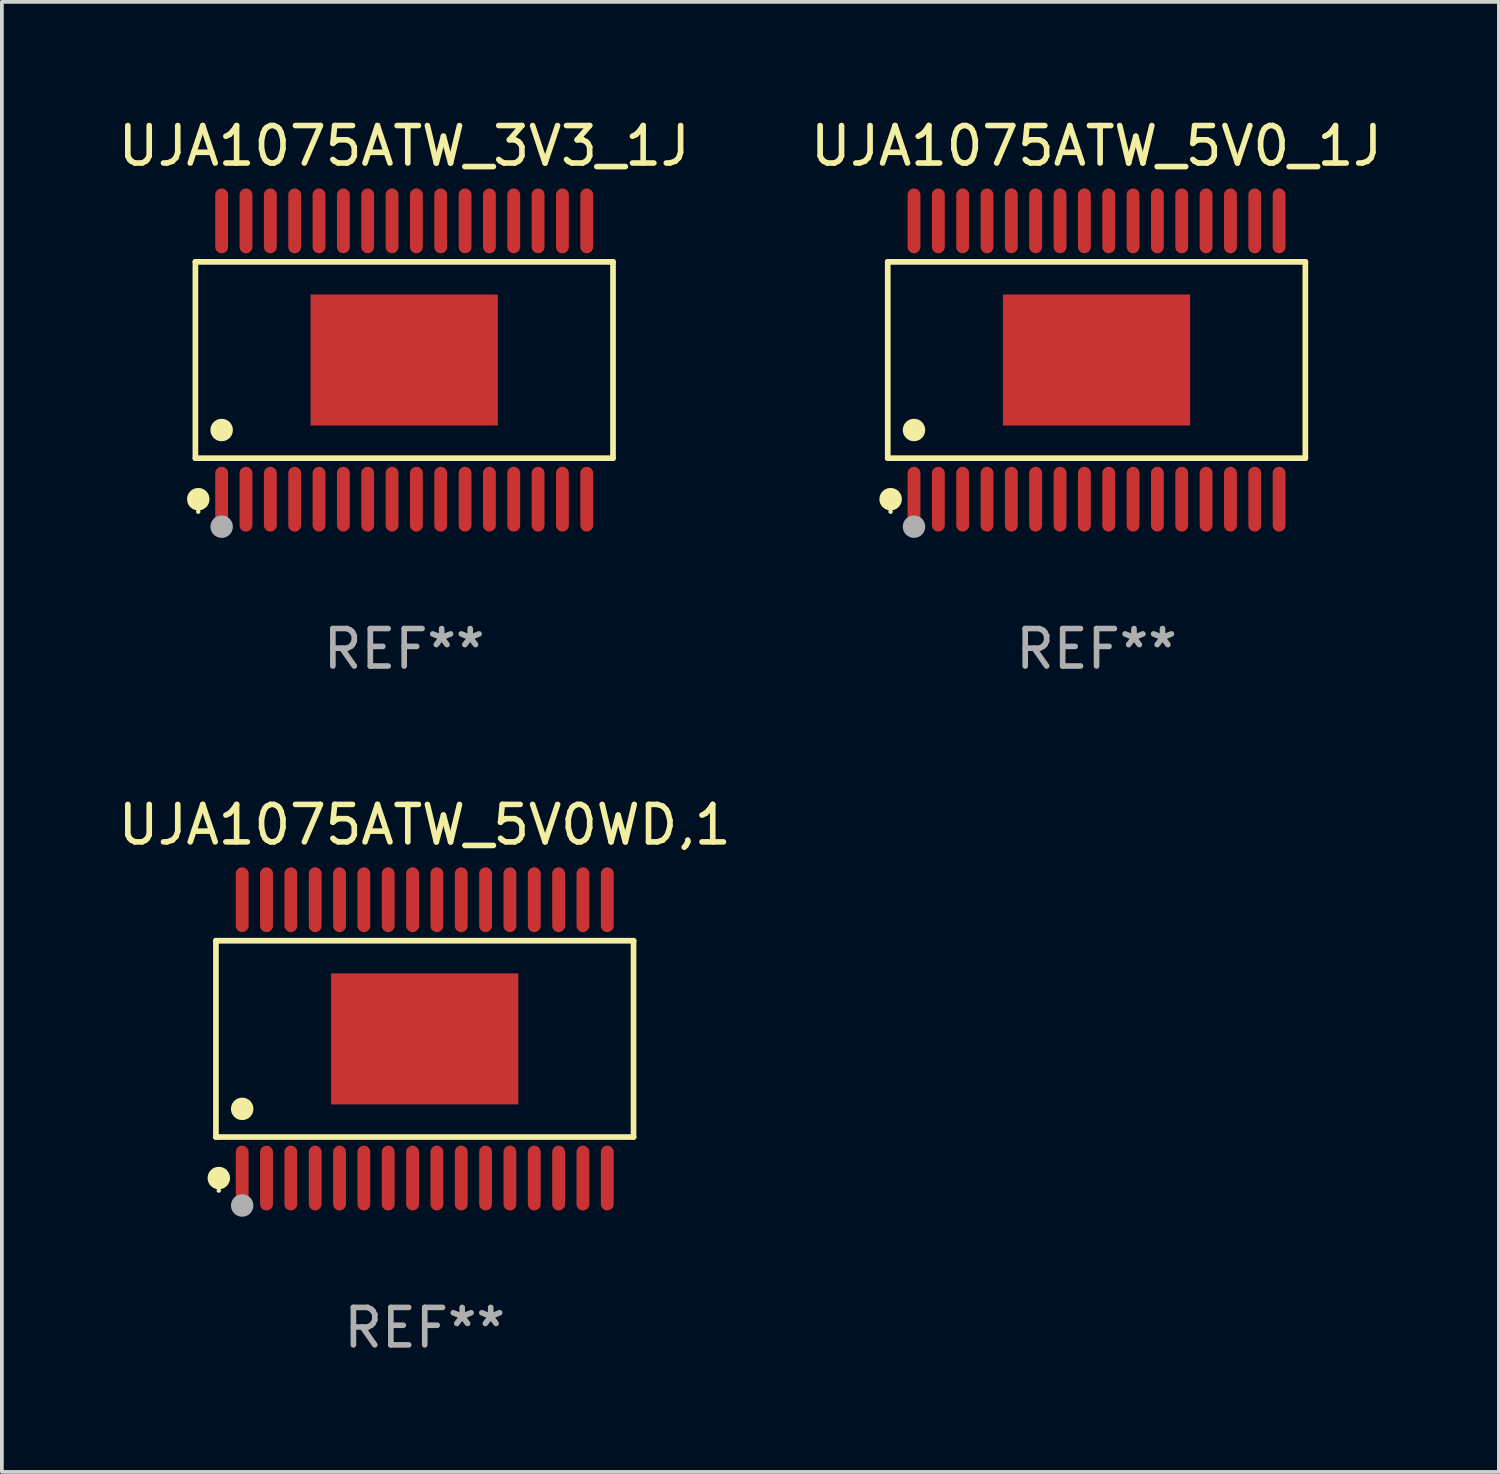
<source format=kicad_pcb>
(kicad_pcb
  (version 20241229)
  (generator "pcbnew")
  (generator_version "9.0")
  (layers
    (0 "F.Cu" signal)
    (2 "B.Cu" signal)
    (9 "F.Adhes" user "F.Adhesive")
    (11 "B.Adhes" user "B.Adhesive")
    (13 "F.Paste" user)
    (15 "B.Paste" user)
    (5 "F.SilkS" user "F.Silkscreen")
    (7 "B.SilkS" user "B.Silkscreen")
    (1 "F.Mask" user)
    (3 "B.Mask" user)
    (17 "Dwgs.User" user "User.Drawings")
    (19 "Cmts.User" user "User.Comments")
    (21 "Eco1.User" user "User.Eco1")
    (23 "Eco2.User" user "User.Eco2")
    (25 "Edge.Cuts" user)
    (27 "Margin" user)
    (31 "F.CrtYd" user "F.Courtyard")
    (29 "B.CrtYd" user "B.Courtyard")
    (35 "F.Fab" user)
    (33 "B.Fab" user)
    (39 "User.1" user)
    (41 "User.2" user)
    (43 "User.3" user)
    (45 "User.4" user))
  (footprint "UJA1075ATW_5V0_1J"
    (layer "F.Cu")
    (at 26.232 6.564)
    (property "Reference" "UJA1075ATW_5V0_1J" (at 0 -5.716 0) (layer "F.SilkS") (effects (font (size 1 1) (thickness 0.15))))
    (attr through_hole)
    (fp_line (start -5.576 -2.621) (end 5.576 -2.621) (stroke (width 0.152) (type solid)) (layer "F.SilkS"))
    (fp_line (start -5.576 2.621) (end -5.576 -2.621) (stroke (width 0.152) (type solid)) (layer "F.SilkS"))
    (fp_line (start 5.576 -2.621) (end 5.576 2.621) (stroke (width 0.152) (type solid)) (layer "F.SilkS"))
    (fp_line (start 5.576 2.621) (end -5.576 2.621) (stroke (width 0.152) (type solid)) (layer "F.SilkS"))
    (fp_circle (center -5.5 4.05) (end -5.47 4.05) (stroke (width 0.06) (type solid)) (fill no) (layer "F.SilkS"))
    (fp_circle (center -5.499 3.716) (end -5.349 3.716) (stroke (width 0.3) (type solid)) (fill no) (layer "F.SilkS"))
    (fp_circle (center -4.875 1.869) (end -4.725 1.869) (stroke (width 0.3) (type solid)) (fill no) (layer "F.SilkS"))
    (fp_circle (center -4.875 4.45) (end -4.725 4.45) (stroke (width 0.3) (type solid)) (fill no) (layer "F.Fab"))
    (fp_text user "REF**" (at 0 7.716 0) (layer "F.Fab") (effects (font (size 1 1) (thickness 0.15))))
    (pad "1" smd oval (at -4.875 3.716) (size 0.343 1.731) (layers "F.Cu" "F.Mask" "F.Paste"))
    (pad "2" smd oval (at -4.225 3.716) (size 0.343 1.731) (layers "F.Cu" "F.Mask" "F.Paste"))
    (pad "3" smd oval (at -3.575 3.716) (size 0.343 1.731) (layers "F.Cu" "F.Mask" "F.Paste"))
    (pad "4" smd oval (at -2.925 3.716) (size 0.343 1.731) (layers "F.Cu" "F.Mask" "F.Paste"))
    (pad "5" smd oval (at -2.275 3.716) (size 0.343 1.731) (layers "F.Cu" "F.Mask" "F.Paste"))
    (pad "6" smd oval (at -1.625 3.716) (size 0.343 1.731) (layers "F.Cu" "F.Mask" "F.Paste"))
    (pad "7" smd oval (at -0.975 3.716) (size 0.343 1.731) (layers "F.Cu" "F.Mask" "F.Paste"))
    (pad "8" smd oval (at -0.325 3.716) (size 0.343 1.731) (layers "F.Cu" "F.Mask" "F.Paste"))
    (pad "9" smd oval (at 0.325 3.716) (size 0.343 1.731) (layers "F.Cu" "F.Mask" "F.Paste"))
    (pad "10" smd oval (at 0.975 3.716) (size 0.343 1.731) (layers "F.Cu" "F.Mask" "F.Paste"))
    (pad "11" smd oval (at 1.625 3.716) (size 0.343 1.731) (layers "F.Cu" "F.Mask" "F.Paste"))
    (pad "12" smd oval (at 2.275 3.716) (size 0.343 1.731) (layers "F.Cu" "F.Mask" "F.Paste"))
    (pad "13" smd oval (at 2.925 3.716) (size 0.343 1.731) (layers "F.Cu" "F.Mask" "F.Paste"))
    (pad "14" smd oval (at 3.575 3.716) (size 0.343 1.731) (layers "F.Cu" "F.Mask" "F.Paste"))
    (pad "15" smd oval (at 4.225 3.716) (size 0.343 1.731) (layers "F.Cu" "F.Mask" "F.Paste"))
    (pad "16" smd oval (at 4.875 3.716) (size 0.343 1.731) (layers "F.Cu" "F.Mask" "F.Paste"))
    (pad "17" smd oval (at 4.875 -3.716) (size 0.343 1.731) (layers "F.Cu" "F.Mask" "F.Paste"))
    (pad "18" smd oval (at 4.225 -3.716) (size 0.343 1.731) (layers "F.Cu" "F.Mask" "F.Paste"))
    (pad "19" smd oval (at 3.575 -3.716) (size 0.343 1.731) (layers "F.Cu" "F.Mask" "F.Paste"))
    (pad "20" smd oval (at 2.925 -3.716) (size 0.343 1.731) (layers "F.Cu" "F.Mask" "F.Paste"))
    (pad "21" smd oval (at 2.275 -3.716) (size 0.343 1.731) (layers "F.Cu" "F.Mask" "F.Paste"))
    (pad "22" smd oval (at 1.625 -3.716) (size 0.343 1.731) (layers "F.Cu" "F.Mask" "F.Paste"))
    (pad "23" smd oval (at 0.975 -3.716) (size 0.343 1.731) (layers "F.Cu" "F.Mask" "F.Paste"))
    (pad "24" smd oval (at 0.325 -3.716) (size 0.343 1.731) (layers "F.Cu" "F.Mask" "F.Paste"))
    (pad "25" smd oval (at -0.325 -3.716) (size 0.343 1.731) (layers "F.Cu" "F.Mask" "F.Paste"))
    (pad "26" smd oval (at -0.975 -3.716) (size 0.343 1.731) (layers "F.Cu" "F.Mask" "F.Paste"))
    (pad "27" smd oval (at -1.625 -3.716) (size 0.343 1.731) (layers "F.Cu" "F.Mask" "F.Paste"))
    (pad "28" smd oval (at -2.275 -3.716) (size 0.343 1.731) (layers "F.Cu" "F.Mask" "F.Paste"))
    (pad "29" smd oval (at -2.925 -3.716) (size 0.343 1.731) (layers "F.Cu" "F.Mask" "F.Paste"))
    (pad "30" smd oval (at -3.575 -3.716) (size 0.343 1.731) (layers "F.Cu" "F.Mask" "F.Paste"))
    (pad "31" smd oval (at -4.225 -3.716) (size 0.343 1.731) (layers "F.Cu" "F.Mask" "F.Paste"))
    (pad "32" smd oval (at -4.875 -3.716) (size 0.343 1.731) (layers "F.Cu" "F.Mask" "F.Paste"))
    (pad "33" smd rect (at 0 0) (size 5 3.5) (layers "F.Cu" "F.Mask" "F.Paste")))
  (footprint "UJA1075ATW_3V3_1J"
    (layer "F.Cu")
    (at 7.744 6.564)
    (property "Reference" "UJA1075ATW_3V3_1J" (at 0 -5.716 0) (layer "F.SilkS") (effects (font (size 1 1) (thickness 0.15))))
    (attr through_hole)
    (fp_line (start -5.576 -2.621) (end 5.576 -2.621) (stroke (width 0.152) (type solid)) (layer "F.SilkS"))
    (fp_line (start -5.576 2.621) (end -5.576 -2.621) (stroke (width 0.152) (type solid)) (layer "F.SilkS"))
    (fp_line (start 5.576 -2.621) (end 5.576 2.621) (stroke (width 0.152) (type solid)) (layer "F.SilkS"))
    (fp_line (start 5.576 2.621) (end -5.576 2.621) (stroke (width 0.152) (type solid)) (layer "F.SilkS"))
    (fp_circle (center -5.5 4.05) (end -5.47 4.05) (stroke (width 0.06) (type solid)) (fill no) (layer "F.SilkS"))
    (fp_circle (center -5.499 3.716) (end -5.349 3.716) (stroke (width 0.3) (type solid)) (fill no) (layer "F.SilkS"))
    (fp_circle (center -4.875 1.869) (end -4.725 1.869) (stroke (width 0.3) (type solid)) (fill no) (layer "F.SilkS"))
    (fp_circle (center -4.875 4.45) (end -4.725 4.45) (stroke (width 0.3) (type solid)) (fill no) (layer "F.Fab"))
    (fp_text user "REF**" (at 0 7.716 0) (layer "F.Fab") (effects (font (size 1 1) (thickness 0.15))))
    (pad "1" smd oval (at -4.875 3.716) (size 0.343 1.731) (layers "F.Cu" "F.Mask" "F.Paste"))
    (pad "2" smd oval (at -4.225 3.716) (size 0.343 1.731) (layers "F.Cu" "F.Mask" "F.Paste"))
    (pad "3" smd oval (at -3.575 3.716) (size 0.343 1.731) (layers "F.Cu" "F.Mask" "F.Paste"))
    (pad "4" smd oval (at -2.925 3.716) (size 0.343 1.731) (layers "F.Cu" "F.Mask" "F.Paste"))
    (pad "5" smd oval (at -2.275 3.716) (size 0.343 1.731) (layers "F.Cu" "F.Mask" "F.Paste"))
    (pad "6" smd oval (at -1.625 3.716) (size 0.343 1.731) (layers "F.Cu" "F.Mask" "F.Paste"))
    (pad "7" smd oval (at -0.975 3.716) (size 0.343 1.731) (layers "F.Cu" "F.Mask" "F.Paste"))
    (pad "8" smd oval (at -0.325 3.716) (size 0.343 1.731) (layers "F.Cu" "F.Mask" "F.Paste"))
    (pad "9" smd oval (at 0.325 3.716) (size 0.343 1.731) (layers "F.Cu" "F.Mask" "F.Paste"))
    (pad "10" smd oval (at 0.975 3.716) (size 0.343 1.731) (layers "F.Cu" "F.Mask" "F.Paste"))
    (pad "11" smd oval (at 1.625 3.716) (size 0.343 1.731) (layers "F.Cu" "F.Mask" "F.Paste"))
    (pad "12" smd oval (at 2.275 3.716) (size 0.343 1.731) (layers "F.Cu" "F.Mask" "F.Paste"))
    (pad "13" smd oval (at 2.925 3.716) (size 0.343 1.731) (layers "F.Cu" "F.Mask" "F.Paste"))
    (pad "14" smd oval (at 3.575 3.716) (size 0.343 1.731) (layers "F.Cu" "F.Mask" "F.Paste"))
    (pad "15" smd oval (at 4.225 3.716) (size 0.343 1.731) (layers "F.Cu" "F.Mask" "F.Paste"))
    (pad "16" smd oval (at 4.875 3.716) (size 0.343 1.731) (layers "F.Cu" "F.Mask" "F.Paste"))
    (pad "17" smd oval (at 4.875 -3.716) (size 0.343 1.731) (layers "F.Cu" "F.Mask" "F.Paste"))
    (pad "18" smd oval (at 4.225 -3.716) (size 0.343 1.731) (layers "F.Cu" "F.Mask" "F.Paste"))
    (pad "19" smd oval (at 3.575 -3.716) (size 0.343 1.731) (layers "F.Cu" "F.Mask" "F.Paste"))
    (pad "20" smd oval (at 2.925 -3.716) (size 0.343 1.731) (layers "F.Cu" "F.Mask" "F.Paste"))
    (pad "21" smd oval (at 2.275 -3.716) (size 0.343 1.731) (layers "F.Cu" "F.Mask" "F.Paste"))
    (pad "22" smd oval (at 1.625 -3.716) (size 0.343 1.731) (layers "F.Cu" "F.Mask" "F.Paste"))
    (pad "23" smd oval (at 0.975 -3.716) (size 0.343 1.731) (layers "F.Cu" "F.Mask" "F.Paste"))
    (pad "24" smd oval (at 0.325 -3.716) (size 0.343 1.731) (layers "F.Cu" "F.Mask" "F.Paste"))
    (pad "25" smd oval (at -0.325 -3.716) (size 0.343 1.731) (layers "F.Cu" "F.Mask" "F.Paste"))
    (pad "26" smd oval (at -0.975 -3.716) (size 0.343 1.731) (layers "F.Cu" "F.Mask" "F.Paste"))
    (pad "27" smd oval (at -1.625 -3.716) (size 0.343 1.731) (layers "F.Cu" "F.Mask" "F.Paste"))
    (pad "28" smd oval (at -2.275 -3.716) (size 0.343 1.731) (layers "F.Cu" "F.Mask" "F.Paste"))
    (pad "29" smd oval (at -2.925 -3.716) (size 0.343 1.731) (layers "F.Cu" "F.Mask" "F.Paste"))
    (pad "30" smd oval (at -3.575 -3.716) (size 0.343 1.731) (layers "F.Cu" "F.Mask" "F.Paste"))
    (pad "31" smd oval (at -4.225 -3.716) (size 0.343 1.731) (layers "F.Cu" "F.Mask" "F.Paste"))
    (pad "32" smd oval (at -4.875 -3.716) (size 0.343 1.731) (layers "F.Cu" "F.Mask" "F.Paste"))
    (pad "33" smd rect (at 0 0) (size 5 3.5) (layers "F.Cu" "F.Mask" "F.Paste")))
  (footprint "UJA1075ATW_5V0WD,1"
    (layer "F.Cu")
    (at 8.292 24.692)
    (property "Reference" "UJA1075ATW_5V0WD,1" (at 0 -5.716 0) (layer "F.SilkS") (effects (font (size 1 1) (thickness 0.15))))
    (attr through_hole)
    (fp_line (start -5.576 -2.621) (end 5.576 -2.621) (stroke (width 0.152) (type solid)) (layer "F.SilkS"))
    (fp_line (start -5.576 2.621) (end -5.576 -2.621) (stroke (width 0.152) (type solid)) (layer "F.SilkS"))
    (fp_line (start 5.576 -2.621) (end 5.576 2.621) (stroke (width 0.152) (type solid)) (layer "F.SilkS"))
    (fp_line (start 5.576 2.621) (end -5.576 2.621) (stroke (width 0.152) (type solid)) (layer "F.SilkS"))
    (fp_circle (center -5.5 4.05) (end -5.47 4.05) (stroke (width 0.06) (type solid)) (fill no) (layer "F.SilkS"))
    (fp_circle (center -5.499 3.716) (end -5.349 3.716) (stroke (width 0.3) (type solid)) (fill no) (layer "F.SilkS"))
    (fp_circle (center -4.875 1.869) (end -4.725 1.869) (stroke (width 0.3) (type solid)) (fill no) (layer "F.SilkS"))
    (fp_circle (center -4.875 4.45) (end -4.725 4.45) (stroke (width 0.3) (type solid)) (fill no) (layer "F.Fab"))
    (fp_text user "REF**" (at 0 7.716 0) (layer "F.Fab") (effects (font (size 1 1) (thickness 0.15))))
    (pad "1" smd oval (at -4.875 3.716) (size 0.343 1.731) (layers "F.Cu" "F.Mask" "F.Paste"))
    (pad "2" smd oval (at -4.225 3.716) (size 0.343 1.731) (layers "F.Cu" "F.Mask" "F.Paste"))
    (pad "3" smd oval (at -3.575 3.716) (size 0.343 1.731) (layers "F.Cu" "F.Mask" "F.Paste"))
    (pad "4" smd oval (at -2.925 3.716) (size 0.343 1.731) (layers "F.Cu" "F.Mask" "F.Paste"))
    (pad "5" smd oval (at -2.275 3.716) (size 0.343 1.731) (layers "F.Cu" "F.Mask" "F.Paste"))
    (pad "6" smd oval (at -1.625 3.716) (size 0.343 1.731) (layers "F.Cu" "F.Mask" "F.Paste"))
    (pad "7" smd oval (at -0.975 3.716) (size 0.343 1.731) (layers "F.Cu" "F.Mask" "F.Paste"))
    (pad "8" smd oval (at -0.325 3.716) (size 0.343 1.731) (layers "F.Cu" "F.Mask" "F.Paste"))
    (pad "9" smd oval (at 0.325 3.716) (size 0.343 1.731) (layers "F.Cu" "F.Mask" "F.Paste"))
    (pad "10" smd oval (at 0.975 3.716) (size 0.343 1.731) (layers "F.Cu" "F.Mask" "F.Paste"))
    (pad "11" smd oval (at 1.625 3.716) (size 0.343 1.731) (layers "F.Cu" "F.Mask" "F.Paste"))
    (pad "12" smd oval (at 2.275 3.716) (size 0.343 1.731) (layers "F.Cu" "F.Mask" "F.Paste"))
    (pad "13" smd oval (at 2.925 3.716) (size 0.343 1.731) (layers "F.Cu" "F.Mask" "F.Paste"))
    (pad "14" smd oval (at 3.575 3.716) (size 0.343 1.731) (layers "F.Cu" "F.Mask" "F.Paste"))
    (pad "15" smd oval (at 4.225 3.716) (size 0.343 1.731) (layers "F.Cu" "F.Mask" "F.Paste"))
    (pad "16" smd oval (at 4.875 3.716) (size 0.343 1.731) (layers "F.Cu" "F.Mask" "F.Paste"))
    (pad "17" smd oval (at 4.875 -3.716) (size 0.343 1.731) (layers "F.Cu" "F.Mask" "F.Paste"))
    (pad "18" smd oval (at 4.225 -3.716) (size 0.343 1.731) (layers "F.Cu" "F.Mask" "F.Paste"))
    (pad "19" smd oval (at 3.575 -3.716) (size 0.343 1.731) (layers "F.Cu" "F.Mask" "F.Paste"))
    (pad "20" smd oval (at 2.925 -3.716) (size 0.343 1.731) (layers "F.Cu" "F.Mask" "F.Paste"))
    (pad "21" smd oval (at 2.275 -3.716) (size 0.343 1.731) (layers "F.Cu" "F.Mask" "F.Paste"))
    (pad "22" smd oval (at 1.625 -3.716) (size 0.343 1.731) (layers "F.Cu" "F.Mask" "F.Paste"))
    (pad "23" smd oval (at 0.975 -3.716) (size 0.343 1.731) (layers "F.Cu" "F.Mask" "F.Paste"))
    (pad "24" smd oval (at 0.325 -3.716) (size 0.343 1.731) (layers "F.Cu" "F.Mask" "F.Paste"))
    (pad "25" smd oval (at -0.325 -3.716) (size 0.343 1.731) (layers "F.Cu" "F.Mask" "F.Paste"))
    (pad "26" smd oval (at -0.975 -3.716) (size 0.343 1.731) (layers "F.Cu" "F.Mask" "F.Paste"))
    (pad "27" smd oval (at -1.625 -3.716) (size 0.343 1.731) (layers "F.Cu" "F.Mask" "F.Paste"))
    (pad "28" smd oval (at -2.275 -3.716) (size 0.343 1.731) (layers "F.Cu" "F.Mask" "F.Paste"))
    (pad "29" smd oval (at -2.925 -3.716) (size 0.343 1.731) (layers "F.Cu" "F.Mask" "F.Paste"))
    (pad "30" smd oval (at -3.575 -3.716) (size 0.343 1.731) (layers "F.Cu" "F.Mask" "F.Paste"))
    (pad "31" smd oval (at -4.225 -3.716) (size 0.343 1.731) (layers "F.Cu" "F.Mask" "F.Paste"))
    (pad "32" smd oval (at -4.875 -3.716) (size 0.343 1.731) (layers "F.Cu" "F.Mask" "F.Paste"))
    (pad "33" smd rect (at 0 0) (size 5 3.5) (layers "F.Cu" "F.Mask" "F.Paste")))
  (gr_rect
    (start -3 -3)
    (end 36.976 36.256)
    (stroke (width 0.1) (type default))
    (fill no)
    (layer "Edge.Cuts")))
</source>
